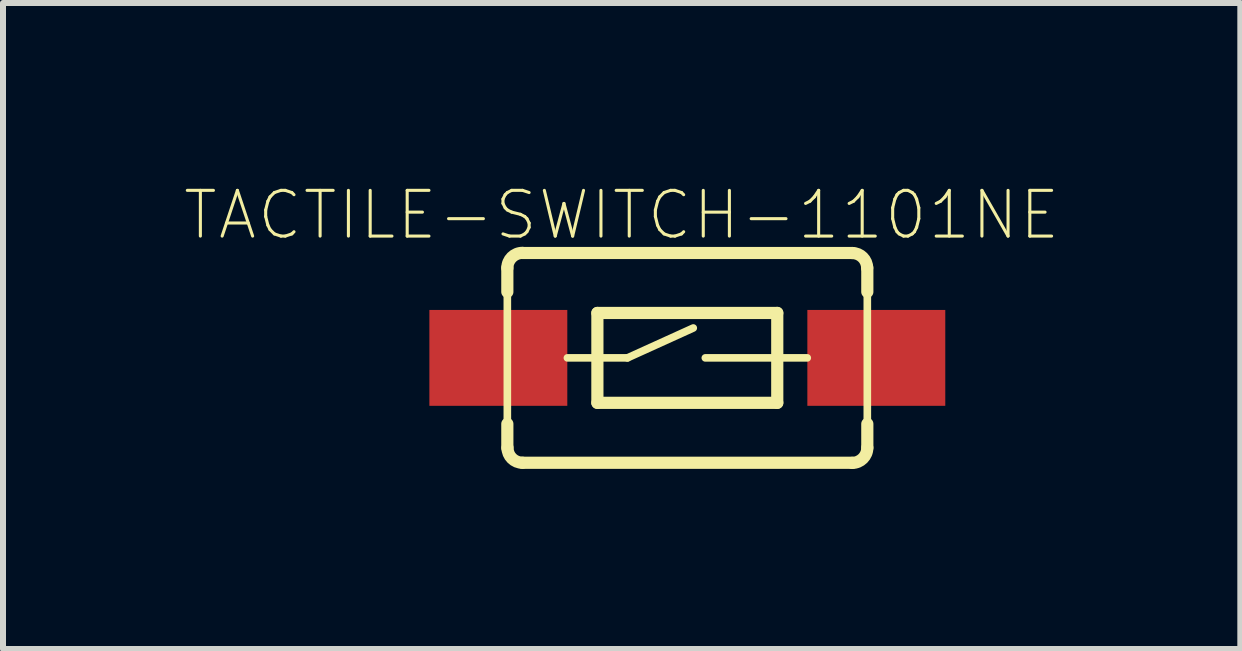
<source format=kicad_pcb>
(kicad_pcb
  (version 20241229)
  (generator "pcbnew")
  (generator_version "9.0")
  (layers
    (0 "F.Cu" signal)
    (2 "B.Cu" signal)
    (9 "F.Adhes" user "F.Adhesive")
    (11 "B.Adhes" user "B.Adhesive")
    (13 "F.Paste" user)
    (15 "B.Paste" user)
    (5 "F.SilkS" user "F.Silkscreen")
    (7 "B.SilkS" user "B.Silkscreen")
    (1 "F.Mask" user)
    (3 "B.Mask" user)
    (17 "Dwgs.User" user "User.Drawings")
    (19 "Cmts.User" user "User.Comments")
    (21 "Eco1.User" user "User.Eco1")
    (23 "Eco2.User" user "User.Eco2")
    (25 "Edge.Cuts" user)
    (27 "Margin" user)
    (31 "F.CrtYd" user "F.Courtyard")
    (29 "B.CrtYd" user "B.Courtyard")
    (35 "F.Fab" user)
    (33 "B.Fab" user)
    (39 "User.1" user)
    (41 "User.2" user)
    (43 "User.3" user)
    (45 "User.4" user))
  (footprint "TACTILE-SWITCH-1101NE"
    (layer "F.Cu")
    (at 8.406 2.915)
    (property "Reference" "TACTILE-SWITCH-1101NE" (at -1.095 -2.38 0) (layer "F.SilkS") (effects (font (size 0.762 0.762) (thickness 0.051))))
    (attr smd)
    (fp_line (start -3 -1.1) (end -3 -1.499) (stroke (width 0.203) (type solid)) (layer "F.SilkS"))
    (fp_line (start -3 -1.1) (end -3 1.1) (stroke (width 0.127) (type solid)) (layer "F.SilkS"))
    (fp_line (start -3 1.499) (end -3 1.1) (stroke (width 0.203) (type solid)) (layer "F.SilkS"))
    (fp_line (start -2.748 -1.748) (end 2.748 -1.748) (stroke (width 0.203) (type solid)) (layer "F.SilkS"))
    (fp_line (start -1.999 0) (end -0.998 0) (stroke (width 0.127) (type solid)) (layer "F.SilkS"))
    (fp_line (start -1.499 -0.749) (end 1.499 -0.749) (stroke (width 0.203) (type solid)) (layer "F.SilkS"))
    (fp_line (start -1.499 0.749) (end -1.499 -0.749) (stroke (width 0.203) (type solid)) (layer "F.SilkS"))
    (fp_line (start -0.998 0) (end 0.099 -0.498) (stroke (width 0.127) (type solid)) (layer "F.SilkS"))
    (fp_line (start 0.3 0) (end 1.999 0) (stroke (width 0.127) (type solid)) (layer "F.SilkS"))
    (fp_line (start 1.499 0.749) (end -1.499 0.749) (stroke (width 0.203) (type solid)) (layer "F.SilkS"))
    (fp_line (start 1.499 0.749) (end 1.499 -0.749) (stroke (width 0.203) (type solid)) (layer "F.SilkS"))
    (fp_line (start 2.748 1.748) (end -2.748 1.748) (stroke (width 0.203) (type solid)) (layer "F.SilkS"))
    (fp_line (start 3 -1.1) (end 3 -1.499) (stroke (width 0.203) (type solid)) (layer "F.SilkS"))
    (fp_line (start 3 -1.1) (end 3 1.1) (stroke (width 0.127) (type solid)) (layer "F.SilkS"))
    (fp_line (start 3 1.499) (end 3 1.1) (stroke (width 0.203) (type solid)) (layer "F.SilkS"))
    (fp_arc (start -2.99974 -1.4986) (mid -2.926089 -1.676409) (end -2.74828 -1.75006) (stroke (width 0.2032) (type solid)) (layer "F.SilkS"))
    (fp_arc (start -2.74828 1.74752) (mid -2.924293 1.674613) (end -2.9972 1.4986) (stroke (width 0.2032) (type solid)) (layer "F.SilkS"))
    (fp_arc (start 2.74828 -1.74752) (mid 2.924293 -1.674613) (end 2.9972 -1.4986) (stroke (width 0.2032) (type solid)) (layer "F.SilkS"))
    (fp_arc (start 2.99974 1.4986) (mid 2.926089 1.676409) (end 2.74828 1.75006) (stroke (width 0.2032) (type solid)) (layer "F.SilkS"))
    (pad "1" smd rect (at -3.15 0 180) (size 2.299 1.598) (layers "F.Cu" "F.Mask" "F.Paste"))
    (pad "2" smd rect (at 3.15 0 180) (size 2.299 1.598) (layers "F.Cu" "F.Mask" "F.Paste")))
  (gr_rect
    (start -3 -3)
    (end 17.623 7.767)
    (stroke (width 0.1) (type default))
    (fill no)
    (layer "Edge.Cuts")))
</source>
